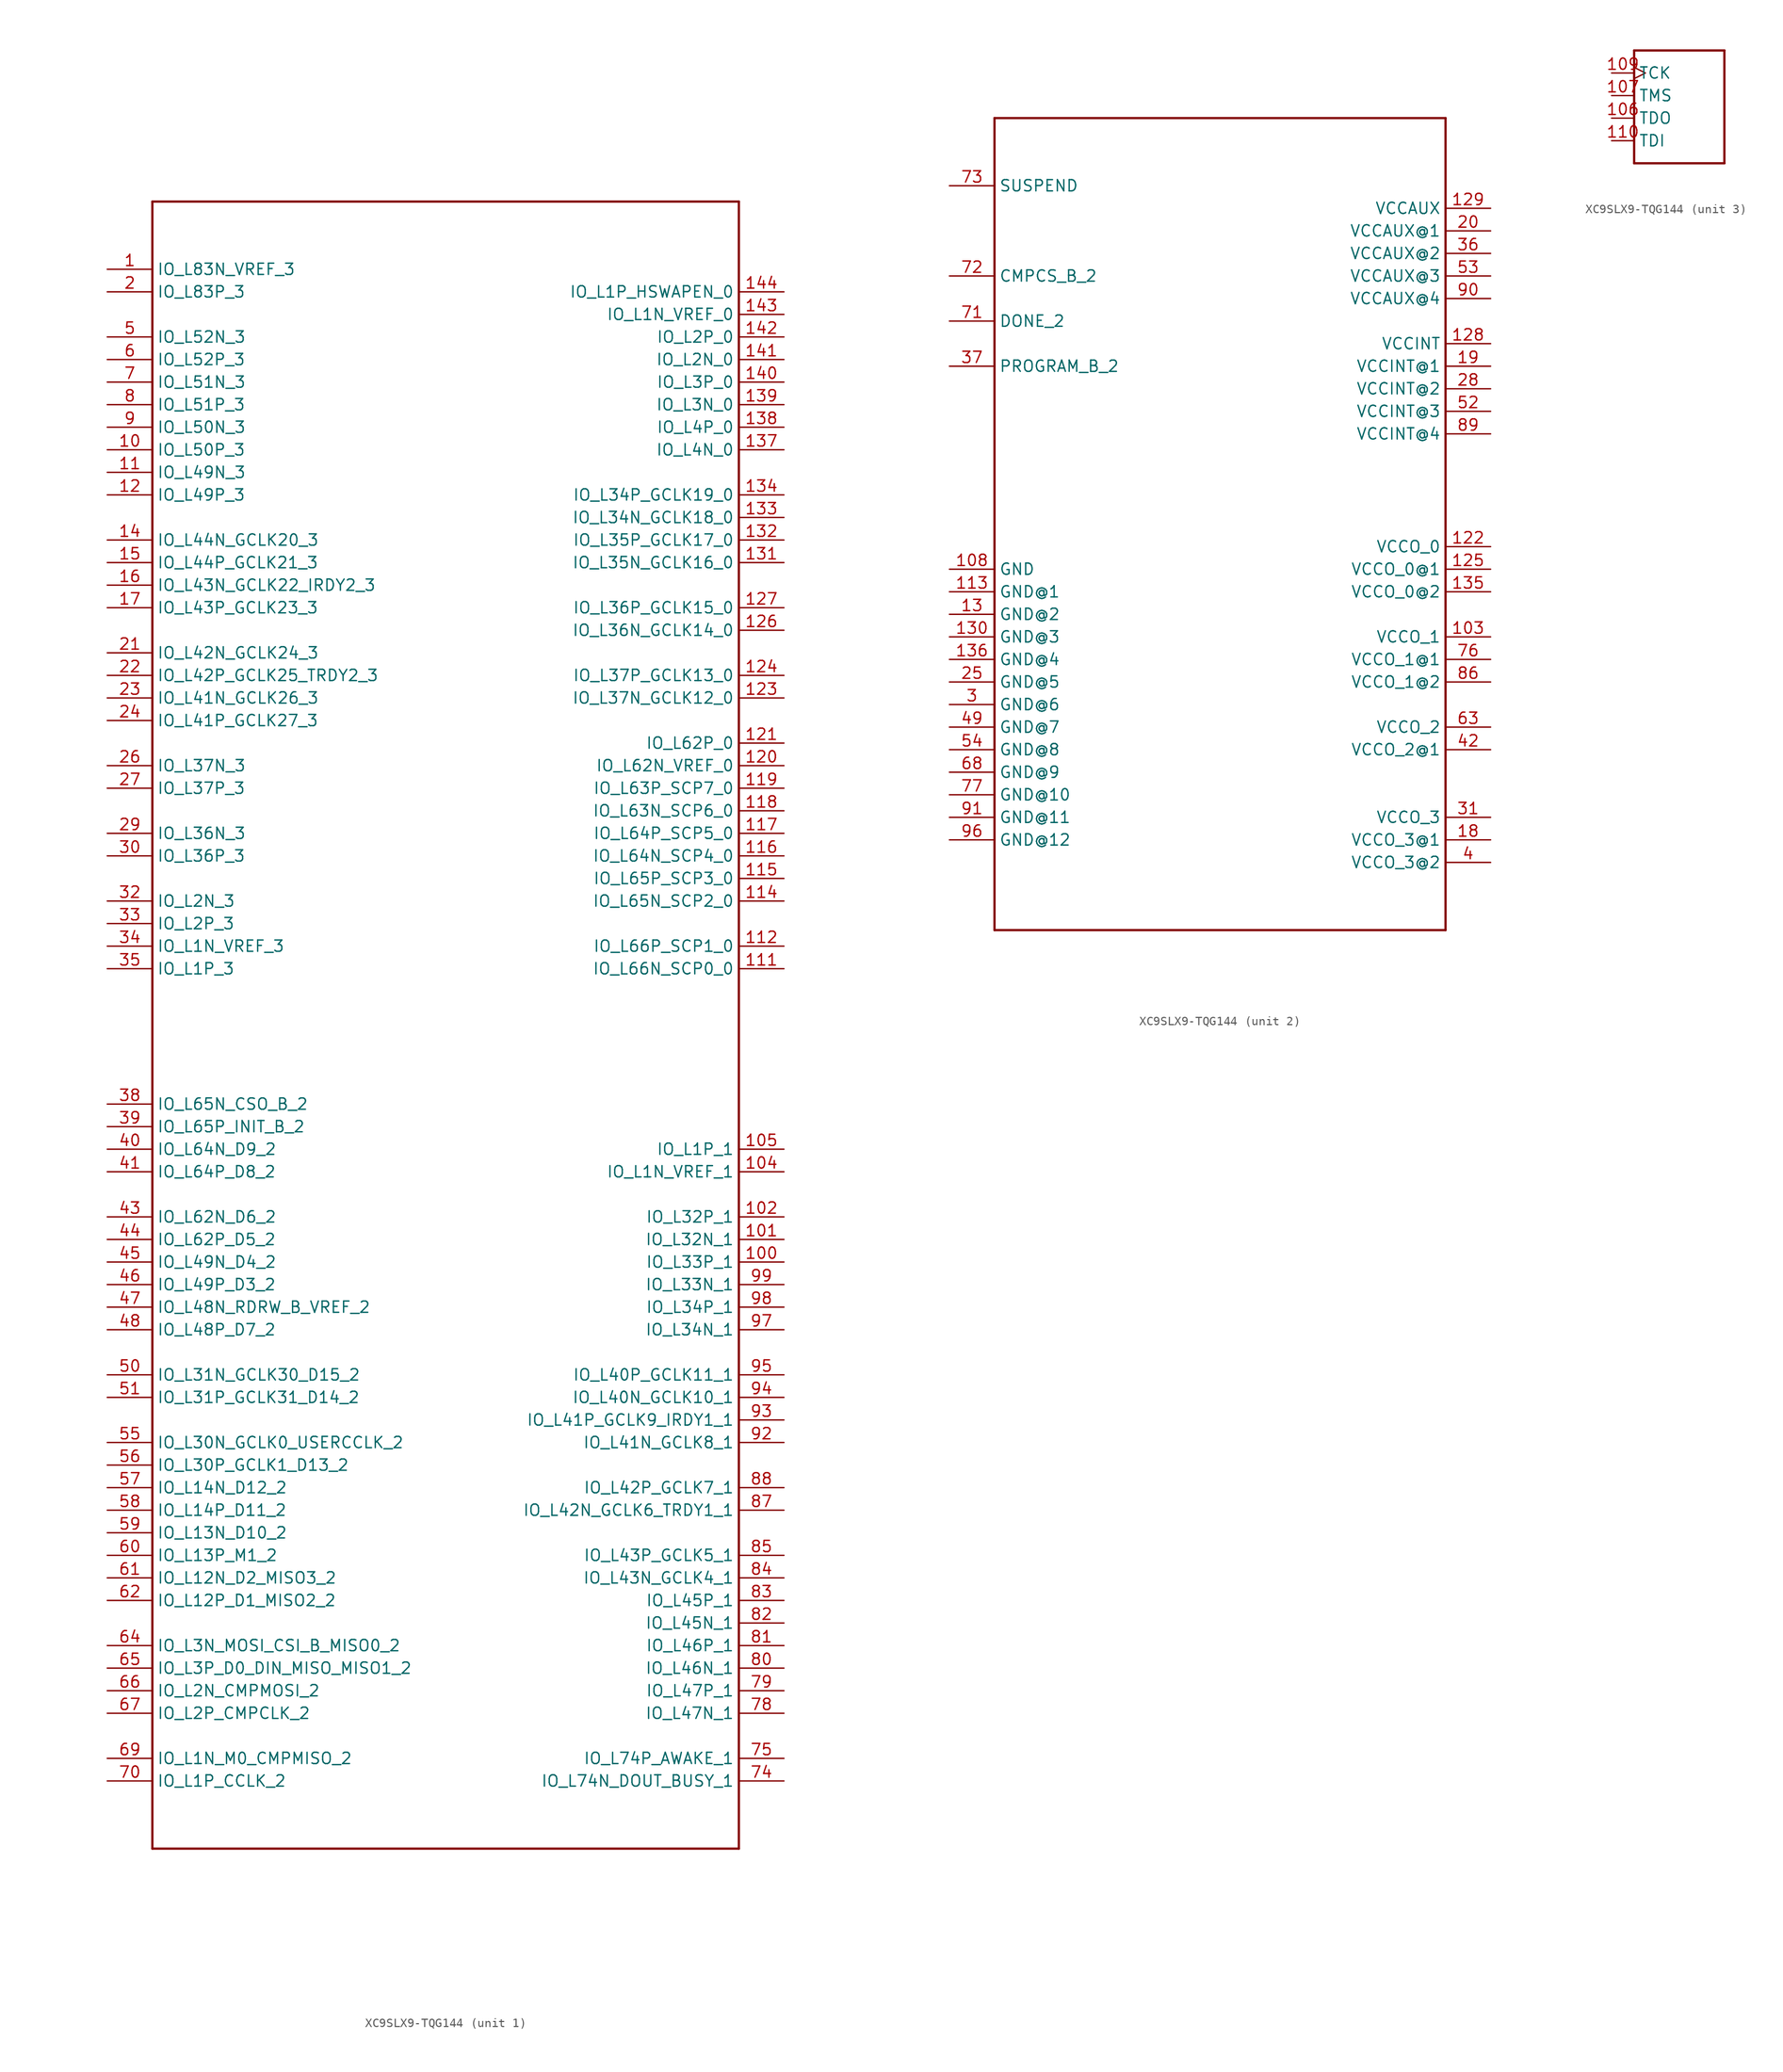
<source format=kicad_sym>
(kicad_symbol_lib
  (version 20231120)
  (generator "kicad_symbol_editor")
  (generator_version "8.0")
  (symbol "XC9SLX9-TQG144"
    (property "Reference" ""
      (at -5.08 8.89 0)
      (effects (font (size 1.778 1.511)) (justify left bottom) (hide yes)))
    (property "Value" ""
      (at -5.08 -7.62 0)
      (effects (font (size 1.778 1.511)) (justify left bottom)))
    (property "ki_locked" ""
      (at 0 0 0)
      (effects (font (size 1.27 1.27))))
    (symbol "XC9SLX9-TQG144_1_0"
      (polyline (pts (xy -30.48 -88.9) (xy -30.48 96.52)) (stroke (width 0.254) (type solid)) (fill (type none)))
      (polyline (pts (xy -30.48 96.52) (xy 35.56 96.52)) (stroke (width 0.254) (type solid)) (fill (type none)))
      (polyline (pts (xy 35.56 -88.9) (xy -30.48 -88.9)) (stroke (width 0.254) (type solid)) (fill (type none)))
      (polyline (pts (xy 35.56 96.52) (xy 35.56 -88.9)) (stroke (width 0.254) (type solid)) (fill (type none)))
      (pin bidirectional line (at -35.56 88.9 0) (length 5.08) (name "IO_L83N_VREF_3" (effects (font (size 1.27 1.27)))) (number "1" (effects (font (size 1.27 1.27)))))
      (pin bidirectional line (at -35.56 68.58 0) (length 5.08) (name "IO_L50P_3" (effects (font (size 1.27 1.27)))) (number "10" (effects (font (size 1.27 1.27)))))
      (pin bidirectional line (at 40.64 -22.86 180) (length 5.08) (name "IO_L33P_1" (effects (font (size 1.27 1.27)))) (number "100" (effects (font (size 1.27 1.27)))))
      (pin bidirectional line (at 40.64 -20.32 180) (length 5.08) (name "IO_L32N_1" (effects (font (size 1.27 1.27)))) (number "101" (effects (font (size 1.27 1.27)))))
      (pin bidirectional line (at 40.64 -17.78 180) (length 5.08) (name "IO_L32P_1" (effects (font (size 1.27 1.27)))) (number "102" (effects (font (size 1.27 1.27)))))
      (pin bidirectional line (at 40.64 -12.7 180) (length 5.08) (name "IO_L1N_VREF_1" (effects (font (size 1.27 1.27)))) (number "104" (effects (font (size 1.27 1.27)))))
      (pin bidirectional line (at 40.64 -10.16 180) (length 5.08) (name "IO_L1P_1" (effects (font (size 1.27 1.27)))) (number "105" (effects (font (size 1.27 1.27)))))
      (pin bidirectional line (at -35.56 66.04 0) (length 5.08) (name "IO_L49N_3" (effects (font (size 1.27 1.27)))) (number "11" (effects (font (size 1.27 1.27)))))
      (pin bidirectional line (at 40.64 10.16 180) (length 5.08) (name "IO_L66N_SCP0_0" (effects (font (size 1.27 1.27)))) (number "111" (effects (font (size 1.27 1.27)))))
      (pin bidirectional line (at 40.64 12.7 180) (length 5.08) (name "IO_L66P_SCP1_0" (effects (font (size 1.27 1.27)))) (number "112" (effects (font (size 1.27 1.27)))))
      (pin bidirectional line (at 40.64 17.78 180) (length 5.08) (name "IO_L65N_SCP2_0" (effects (font (size 1.27 1.27)))) (number "114" (effects (font (size 1.27 1.27)))))
      (pin bidirectional line (at 40.64 20.32 180) (length 5.08) (name "IO_L65P_SCP3_0" (effects (font (size 1.27 1.27)))) (number "115" (effects (font (size 1.27 1.27)))))
      (pin bidirectional line (at 40.64 22.86 180) (length 5.08) (name "IO_L64N_SCP4_0" (effects (font (size 1.27 1.27)))) (number "116" (effects (font (size 1.27 1.27)))))
      (pin bidirectional line (at 40.64 25.4 180) (length 5.08) (name "IO_L64P_SCP5_0" (effects (font (size 1.27 1.27)))) (number "117" (effects (font (size 1.27 1.27)))))
      (pin bidirectional line (at 40.64 27.94 180) (length 5.08) (name "IO_L63N_SCP6_0" (effects (font (size 1.27 1.27)))) (number "118" (effects (font (size 1.27 1.27)))))
      (pin bidirectional line (at 40.64 30.48 180) (length 5.08) (name "IO_L63P_SCP7_0" (effects (font (size 1.27 1.27)))) (number "119" (effects (font (size 1.27 1.27)))))
      (pin bidirectional line (at -35.56 63.5 0) (length 5.08) (name "IO_L49P_3" (effects (font (size 1.27 1.27)))) (number "12" (effects (font (size 1.27 1.27)))))
      (pin bidirectional line (at 40.64 33.02 180) (length 5.08) (name "IO_L62N_VREF_0" (effects (font (size 1.27 1.27)))) (number "120" (effects (font (size 1.27 1.27)))))
      (pin bidirectional line (at 40.64 35.56 180) (length 5.08) (name "IO_L62P_0" (effects (font (size 1.27 1.27)))) (number "121" (effects (font (size 1.27 1.27)))))
      (pin bidirectional line (at 40.64 40.64 180) (length 5.08) (name "IO_L37N_GCLK12_0" (effects (font (size 1.27 1.27)))) (number "123" (effects (font (size 1.27 1.27)))))
      (pin bidirectional line (at 40.64 43.18 180) (length 5.08) (name "IO_L37P_GCLK13_0" (effects (font (size 1.27 1.27)))) (number "124" (effects (font (size 1.27 1.27)))))
      (pin bidirectional line (at 40.64 48.26 180) (length 5.08) (name "IO_L36N_GCLK14_0" (effects (font (size 1.27 1.27)))) (number "126" (effects (font (size 1.27 1.27)))))
      (pin bidirectional line (at 40.64 50.8 180) (length 5.08) (name "IO_L36P_GCLK15_0" (effects (font (size 1.27 1.27)))) (number "127" (effects (font (size 1.27 1.27)))))
      (pin bidirectional line (at 40.64 55.88 180) (length 5.08) (name "IO_L35N_GCLK16_0" (effects (font (size 1.27 1.27)))) (number "131" (effects (font (size 1.27 1.27)))))
      (pin bidirectional line (at 40.64 58.42 180) (length 5.08) (name "IO_L35P_GCLK17_0" (effects (font (size 1.27 1.27)))) (number "132" (effects (font (size 1.27 1.27)))))
      (pin bidirectional line (at 40.64 60.96 180) (length 5.08) (name "IO_L34N_GCLK18_0" (effects (font (size 1.27 1.27)))) (number "133" (effects (font (size 1.27 1.27)))))
      (pin bidirectional line (at 40.64 63.5 180) (length 5.08) (name "IO_L34P_GCLK19_0" (effects (font (size 1.27 1.27)))) (number "134" (effects (font (size 1.27 1.27)))))
      (pin bidirectional line (at 40.64 68.58 180) (length 5.08) (name "IO_L4N_0" (effects (font (size 1.27 1.27)))) (number "137" (effects (font (size 1.27 1.27)))))
      (pin bidirectional line (at 40.64 71.12 180) (length 5.08) (name "IO_L4P_0" (effects (font (size 1.27 1.27)))) (number "138" (effects (font (size 1.27 1.27)))))
      (pin bidirectional line (at 40.64 73.66 180) (length 5.08) (name "IO_L3N_0" (effects (font (size 1.27 1.27)))) (number "139" (effects (font (size 1.27 1.27)))))
      (pin bidirectional line (at -35.56 58.42 0) (length 5.08) (name "IO_L44N_GCLK20_3" (effects (font (size 1.27 1.27)))) (number "14" (effects (font (size 1.27 1.27)))))
      (pin bidirectional line (at 40.64 76.2 180) (length 5.08) (name "IO_L3P_0" (effects (font (size 1.27 1.27)))) (number "140" (effects (font (size 1.27 1.27)))))
      (pin bidirectional line (at 40.64 78.74 180) (length 5.08) (name "IO_L2N_0" (effects (font (size 1.27 1.27)))) (number "141" (effects (font (size 1.27 1.27)))))
      (pin bidirectional line (at 40.64 81.28 180) (length 5.08) (name "IO_L2P_0" (effects (font (size 1.27 1.27)))) (number "142" (effects (font (size 1.27 1.27)))))
      (pin bidirectional line (at 40.64 83.82 180) (length 5.08) (name "IO_L1N_VREF_0" (effects (font (size 1.27 1.27)))) (number "143" (effects (font (size 1.27 1.27)))))
      (pin bidirectional line (at 40.64 86.36 180) (length 5.08) (name "IO_L1P_HSWAPEN_0" (effects (font (size 1.27 1.27)))) (number "144" (effects (font (size 1.27 1.27)))))
      (pin bidirectional line (at -35.56 55.88 0) (length 5.08) (name "IO_L44P_GCLK21_3" (effects (font (size 1.27 1.27)))) (number "15" (effects (font (size 1.27 1.27)))))
      (pin bidirectional line (at -35.56 53.34 0) (length 5.08) (name "IO_L43N_GCLK22_IRDY2_3" (effects (font (size 1.27 1.27)))) (number "16" (effects (font (size 1.27 1.27)))))
      (pin bidirectional line (at -35.56 50.8 0) (length 5.08) (name "IO_L43P_GCLK23_3" (effects (font (size 1.27 1.27)))) (number "17" (effects (font (size 1.27 1.27)))))
      (pin bidirectional line (at -35.56 86.36 0) (length 5.08) (name "IO_L83P_3" (effects (font (size 1.27 1.27)))) (number "2" (effects (font (size 1.27 1.27)))))
      (pin bidirectional line (at -35.56 45.72 0) (length 5.08) (name "IO_L42N_GCLK24_3" (effects (font (size 1.27 1.27)))) (number "21" (effects (font (size 1.27 1.27)))))
      (pin bidirectional line (at -35.56 43.18 0) (length 5.08) (name "IO_L42P_GCLK25_TRDY2_3" (effects (font (size 1.27 1.27)))) (number "22" (effects (font (size 1.27 1.27)))))
      (pin bidirectional line (at -35.56 40.64 0) (length 5.08) (name "IO_L41N_GCLK26_3" (effects (font (size 1.27 1.27)))) (number "23" (effects (font (size 1.27 1.27)))))
      (pin bidirectional line (at -35.56 38.1 0) (length 5.08) (name "IO_L41P_GCLK27_3" (effects (font (size 1.27 1.27)))) (number "24" (effects (font (size 1.27 1.27)))))
      (pin bidirectional line (at -35.56 33.02 0) (length 5.08) (name "IO_L37N_3" (effects (font (size 1.27 1.27)))) (number "26" (effects (font (size 1.27 1.27)))))
      (pin bidirectional line (at -35.56 30.48 0) (length 5.08) (name "IO_L37P_3" (effects (font (size 1.27 1.27)))) (number "27" (effects (font (size 1.27 1.27)))))
      (pin bidirectional line (at -35.56 25.4 0) (length 5.08) (name "IO_L36N_3" (effects (font (size 1.27 1.27)))) (number "29" (effects (font (size 1.27 1.27)))))
      (pin bidirectional line (at -35.56 22.86 0) (length 5.08) (name "IO_L36P_3" (effects (font (size 1.27 1.27)))) (number "30" (effects (font (size 1.27 1.27)))))
      (pin bidirectional line (at -35.56 17.78 0) (length 5.08) (name "IO_L2N_3" (effects (font (size 1.27 1.27)))) (number "32" (effects (font (size 1.27 1.27)))))
      (pin bidirectional line (at -35.56 15.24 0) (length 5.08) (name "IO_L2P_3" (effects (font (size 1.27 1.27)))) (number "33" (effects (font (size 1.27 1.27)))))
      (pin bidirectional line (at -35.56 12.7 0) (length 5.08) (name "IO_L1N_VREF_3" (effects (font (size 1.27 1.27)))) (number "34" (effects (font (size 1.27 1.27)))))
      (pin bidirectional line (at -35.56 10.16 0) (length 5.08) (name "IO_L1P_3" (effects (font (size 1.27 1.27)))) (number "35" (effects (font (size 1.27 1.27)))))
      (pin bidirectional line (at -35.56 -5.08 0) (length 5.08) (name "IO_L65N_CSO_B_2" (effects (font (size 1.27 1.27)))) (number "38" (effects (font (size 1.27 1.27)))))
      (pin bidirectional line (at -35.56 -7.62 0) (length 5.08) (name "IO_L65P_INIT_B_2" (effects (font (size 1.27 1.27)))) (number "39" (effects (font (size 1.27 1.27)))))
      (pin bidirectional line (at -35.56 -10.16 0) (length 5.08) (name "IO_L64N_D9_2" (effects (font (size 1.27 1.27)))) (number "40" (effects (font (size 1.27 1.27)))))
      (pin bidirectional line (at -35.56 -12.7 0) (length 5.08) (name "IO_L64P_D8_2" (effects (font (size 1.27 1.27)))) (number "41" (effects (font (size 1.27 1.27)))))
      (pin bidirectional line (at -35.56 -17.78 0) (length 5.08) (name "IO_L62N_D6_2" (effects (font (size 1.27 1.27)))) (number "43" (effects (font (size 1.27 1.27)))))
      (pin bidirectional line (at -35.56 -20.32 0) (length 5.08) (name "IO_L62P_D5_2" (effects (font (size 1.27 1.27)))) (number "44" (effects (font (size 1.27 1.27)))))
      (pin bidirectional line (at -35.56 -22.86 0) (length 5.08) (name "IO_L49N_D4_2" (effects (font (size 1.27 1.27)))) (number "45" (effects (font (size 1.27 1.27)))))
      (pin bidirectional line (at -35.56 -25.4 0) (length 5.08) (name "IO_L49P_D3_2" (effects (font (size 1.27 1.27)))) (number "46" (effects (font (size 1.27 1.27)))))
      (pin bidirectional line (at -35.56 -27.94 0) (length 5.08) (name "IO_L48N_RDRW_B_VREF_2" (effects (font (size 1.27 1.27)))) (number "47" (effects (font (size 1.27 1.27)))))
      (pin bidirectional line (at -35.56 -30.48 0) (length 5.08) (name "IO_L48P_D7_2" (effects (font (size 1.27 1.27)))) (number "48" (effects (font (size 1.27 1.27)))))
      (pin bidirectional line (at -35.56 81.28 0) (length 5.08) (name "IO_L52N_3" (effects (font (size 1.27 1.27)))) (number "5" (effects (font (size 1.27 1.27)))))
      (pin bidirectional line (at -35.56 -35.56 0) (length 5.08) (name "IO_L31N_GCLK30_D15_2" (effects (font (size 1.27 1.27)))) (number "50" (effects (font (size 1.27 1.27)))))
      (pin bidirectional line (at -35.56 -38.1 0) (length 5.08) (name "IO_L31P_GCLK31_D14_2" (effects (font (size 1.27 1.27)))) (number "51" (effects (font (size 1.27 1.27)))))
      (pin bidirectional line (at -35.56 -43.18 0) (length 5.08) (name "IO_L30N_GCLK0_USERCCLK_2" (effects (font (size 1.27 1.27)))) (number "55" (effects (font (size 1.27 1.27)))))
      (pin bidirectional line (at -35.56 -45.72 0) (length 5.08) (name "IO_L30P_GCLK1_D13_2" (effects (font (size 1.27 1.27)))) (number "56" (effects (font (size 1.27 1.27)))))
      (pin bidirectional line (at -35.56 -48.26 0) (length 5.08) (name "IO_L14N_D12_2" (effects (font (size 1.27 1.27)))) (number "57" (effects (font (size 1.27 1.27)))))
      (pin bidirectional line (at -35.56 -50.8 0) (length 5.08) (name "IO_L14P_D11_2" (effects (font (size 1.27 1.27)))) (number "58" (effects (font (size 1.27 1.27)))))
      (pin bidirectional line (at -35.56 -53.34 0) (length 5.08) (name "IO_L13N_D10_2" (effects (font (size 1.27 1.27)))) (number "59" (effects (font (size 1.27 1.27)))))
      (pin bidirectional line (at -35.56 78.74 0) (length 5.08) (name "IO_L52P_3" (effects (font (size 1.27 1.27)))) (number "6" (effects (font (size 1.27 1.27)))))
      (pin bidirectional line (at -35.56 -55.88 0) (length 5.08) (name "IO_L13P_M1_2" (effects (font (size 1.27 1.27)))) (number "60" (effects (font (size 1.27 1.27)))))
      (pin bidirectional line (at -35.56 -58.42 0) (length 5.08) (name "IO_L12N_D2_MISO3_2" (effects (font (size 1.27 1.27)))) (number "61" (effects (font (size 1.27 1.27)))))
      (pin bidirectional line (at -35.56 -60.96 0) (length 5.08) (name "IO_L12P_D1_MISO2_2" (effects (font (size 1.27 1.27)))) (number "62" (effects (font (size 1.27 1.27)))))
      (pin bidirectional line (at -35.56 -66.04 0) (length 5.08) (name "IO_L3N_MOSI_CSI_B_MISO0_2" (effects (font (size 1.27 1.27)))) (number "64" (effects (font (size 1.27 1.27)))))
      (pin bidirectional line (at -35.56 -68.58 0) (length 5.08) (name "IO_L3P_D0_DIN_MISO_MISO1_2" (effects (font (size 1.27 1.27)))) (number "65" (effects (font (size 1.27 1.27)))))
      (pin bidirectional line (at -35.56 -71.12 0) (length 5.08) (name "IO_L2N_CMPMOSI_2" (effects (font (size 1.27 1.27)))) (number "66" (effects (font (size 1.27 1.27)))))
      (pin bidirectional line (at -35.56 -73.66 0) (length 5.08) (name "IO_L2P_CMPCLK_2" (effects (font (size 1.27 1.27)))) (number "67" (effects (font (size 1.27 1.27)))))
      (pin bidirectional line (at -35.56 -78.74 0) (length 5.08) (name "IO_L1N_M0_CMPMISO_2" (effects (font (size 1.27 1.27)))) (number "69" (effects (font (size 1.27 1.27)))))
      (pin bidirectional line (at -35.56 76.2 0) (length 5.08) (name "IO_L51N_3" (effects (font (size 1.27 1.27)))) (number "7" (effects (font (size 1.27 1.27)))))
      (pin bidirectional line (at -35.56 -81.28 0) (length 5.08) (name "IO_L1P_CCLK_2" (effects (font (size 1.27 1.27)))) (number "70" (effects (font (size 1.27 1.27)))))
      (pin bidirectional line (at 40.64 -81.28 180) (length 5.08) (name "IO_L74N_DOUT_BUSY_1" (effects (font (size 1.27 1.27)))) (number "74" (effects (font (size 1.27 1.27)))))
      (pin bidirectional line (at 40.64 -78.74 180) (length 5.08) (name "IO_L74P_AWAKE_1" (effects (font (size 1.27 1.27)))) (number "75" (effects (font (size 1.27 1.27)))))
      (pin bidirectional line (at 40.64 -73.66 180) (length 5.08) (name "IO_L47N_1" (effects (font (size 1.27 1.27)))) (number "78" (effects (font (size 1.27 1.27)))))
      (pin bidirectional line (at 40.64 -71.12 180) (length 5.08) (name "IO_L47P_1" (effects (font (size 1.27 1.27)))) (number "79" (effects (font (size 1.27 1.27)))))
      (pin bidirectional line (at -35.56 73.66 0) (length 5.08) (name "IO_L51P_3" (effects (font (size 1.27 1.27)))) (number "8" (effects (font (size 1.27 1.27)))))
      (pin bidirectional line (at 40.64 -68.58 180) (length 5.08) (name "IO_L46N_1" (effects (font (size 1.27 1.27)))) (number "80" (effects (font (size 1.27 1.27)))))
      (pin bidirectional line (at 40.64 -66.04 180) (length 5.08) (name "IO_L46P_1" (effects (font (size 1.27 1.27)))) (number "81" (effects (font (size 1.27 1.27)))))
      (pin bidirectional line (at 40.64 -63.5 180) (length 5.08) (name "IO_L45N_1" (effects (font (size 1.27 1.27)))) (number "82" (effects (font (size 1.27 1.27)))))
      (pin bidirectional line (at 40.64 -60.96 180) (length 5.08) (name "IO_L45P_1" (effects (font (size 1.27 1.27)))) (number "83" (effects (font (size 1.27 1.27)))))
      (pin bidirectional line (at 40.64 -58.42 180) (length 5.08) (name "IO_L43N_GCLK4_1" (effects (font (size 1.27 1.27)))) (number "84" (effects (font (size 1.27 1.27)))))
      (pin bidirectional line (at 40.64 -55.88 180) (length 5.08) (name "IO_L43P_GCLK5_1" (effects (font (size 1.27 1.27)))) (number "85" (effects (font (size 1.27 1.27)))))
      (pin bidirectional line (at 40.64 -50.8 180) (length 5.08) (name "IO_L42N_GCLK6_TRDY1_1" (effects (font (size 1.27 1.27)))) (number "87" (effects (font (size 1.27 1.27)))))
      (pin bidirectional line (at 40.64 -48.26 180) (length 5.08) (name "IO_L42P_GCLK7_1" (effects (font (size 1.27 1.27)))) (number "88" (effects (font (size 1.27 1.27)))))
      (pin bidirectional line (at -35.56 71.12 0) (length 5.08) (name "IO_L50N_3" (effects (font (size 1.27 1.27)))) (number "9" (effects (font (size 1.27 1.27)))))
      (pin bidirectional line (at 40.64 -43.18 180) (length 5.08) (name "IO_L41N_GCLK8_1" (effects (font (size 1.27 1.27)))) (number "92" (effects (font (size 1.27 1.27)))))
      (pin bidirectional line (at 40.64 -40.64 180) (length 5.08) (name "IO_L41P_GCLK9_IRDY1_1" (effects (font (size 1.27 1.27)))) (number "93" (effects (font (size 1.27 1.27)))))
      (pin bidirectional line (at 40.64 -38.1 180) (length 5.08) (name "IO_L40N_GCLK10_1" (effects (font (size 1.27 1.27)))) (number "94" (effects (font (size 1.27 1.27)))))
      (pin bidirectional line (at 40.64 -35.56 180) (length 5.08) (name "IO_L40P_GCLK11_1" (effects (font (size 1.27 1.27)))) (number "95" (effects (font (size 1.27 1.27)))))
      (pin bidirectional line (at 40.64 -30.48 180) (length 5.08) (name "IO_L34N_1" (effects (font (size 1.27 1.27)))) (number "97" (effects (font (size 1.27 1.27)))))
      (pin bidirectional line (at 40.64 -27.94 180) (length 5.08) (name "IO_L34P_1" (effects (font (size 1.27 1.27)))) (number "98" (effects (font (size 1.27 1.27)))))
      (pin bidirectional line (at 40.64 -25.4 180) (length 5.08) (name "IO_L33N_1" (effects (font (size 1.27 1.27)))) (number "99" (effects (font (size 1.27 1.27))))))
    (symbol "XC9SLX9-TQG144_2_0"
      (polyline (pts (xy -22.86 -45.72) (xy -22.86 45.72)) (stroke (width 0.254) (type solid)) (fill (type none)))
      (polyline (pts (xy -22.86 45.72) (xy 27.94 45.72)) (stroke (width 0.254) (type solid)) (fill (type none)))
      (polyline (pts (xy 27.94 -45.72) (xy -22.86 -45.72)) (stroke (width 0.254) (type solid)) (fill (type none)))
      (polyline (pts (xy 27.94 45.72) (xy 27.94 -45.72)) (stroke (width 0.254) (type solid)) (fill (type none)))
      (pin bidirectional line (at 33.02 -12.7 180) (length 5.08) (name "VCCO_1" (effects (font (size 1.27 1.27)))) (number "103" (effects (font (size 1.27 1.27)))))
      (pin bidirectional line (at -27.94 -5.08 0) (length 5.08) (name "GND" (effects (font (size 1.27 1.27)))) (number "108" (effects (font (size 1.27 1.27)))))
      (pin bidirectional line (at -27.94 -7.62 0) (length 5.08) (name "GND@1" (effects (font (size 1.27 1.27)))) (number "113" (effects (font (size 1.27 1.27)))))
      (pin bidirectional line (at 33.02 -2.54 180) (length 5.08) (name "VCCO_0" (effects (font (size 1.27 1.27)))) (number "122" (effects (font (size 1.27 1.27)))))
      (pin bidirectional line (at 33.02 -5.08 180) (length 5.08) (name "VCCO_0@1" (effects (font (size 1.27 1.27)))) (number "125" (effects (font (size 1.27 1.27)))))
      (pin bidirectional line (at 33.02 20.32 180) (length 5.08) (name "VCCINT" (effects (font (size 1.27 1.27)))) (number "128" (effects (font (size 1.27 1.27)))))
      (pin bidirectional line (at 33.02 35.56 180) (length 5.08) (name "VCCAUX" (effects (font (size 1.27 1.27)))) (number "129" (effects (font (size 1.27 1.27)))))
      (pin bidirectional line (at -27.94 -10.16 0) (length 5.08) (name "GND@2" (effects (font (size 1.27 1.27)))) (number "13" (effects (font (size 1.27 1.27)))))
      (pin bidirectional line (at -27.94 -12.7 0) (length 5.08) (name "GND@3" (effects (font (size 1.27 1.27)))) (number "130" (effects (font (size 1.27 1.27)))))
      (pin bidirectional line (at 33.02 -7.62 180) (length 5.08) (name "VCCO_0@2" (effects (font (size 1.27 1.27)))) (number "135" (effects (font (size 1.27 1.27)))))
      (pin bidirectional line (at -27.94 -15.24 0) (length 5.08) (name "GND@4" (effects (font (size 1.27 1.27)))) (number "136" (effects (font (size 1.27 1.27)))))
      (pin bidirectional line (at 33.02 -35.56 180) (length 5.08) (name "VCCO_3@1" (effects (font (size 1.27 1.27)))) (number "18" (effects (font (size 1.27 1.27)))))
      (pin bidirectional line (at 33.02 17.78 180) (length 5.08) (name "VCCINT@1" (effects (font (size 1.27 1.27)))) (number "19" (effects (font (size 1.27 1.27)))))
      (pin bidirectional line (at 33.02 33.02 180) (length 5.08) (name "VCCAUX@1" (effects (font (size 1.27 1.27)))) (number "20" (effects (font (size 1.27 1.27)))))
      (pin bidirectional line (at -27.94 -17.78 0) (length 5.08) (name "GND@5" (effects (font (size 1.27 1.27)))) (number "25" (effects (font (size 1.27 1.27)))))
      (pin bidirectional line (at 33.02 15.24 180) (length 5.08) (name "VCCINT@2" (effects (font (size 1.27 1.27)))) (number "28" (effects (font (size 1.27 1.27)))))
      (pin bidirectional line (at -27.94 -20.32 0) (length 5.08) (name "GND@6" (effects (font (size 1.27 1.27)))) (number "3" (effects (font (size 1.27 1.27)))))
      (pin bidirectional line (at 33.02 -33.02 180) (length 5.08) (name "VCCO_3" (effects (font (size 1.27 1.27)))) (number "31" (effects (font (size 1.27 1.27)))))
      (pin bidirectional line (at 33.02 30.48 180) (length 5.08) (name "VCCAUX@2" (effects (font (size 1.27 1.27)))) (number "36" (effects (font (size 1.27 1.27)))))
      (pin bidirectional line (at -27.94 17.78 0) (length 5.08) (name "PROGRAM_B_2" (effects (font (size 1.27 1.27)))) (number "37" (effects (font (size 1.27 1.27)))))
      (pin bidirectional line (at 33.02 -38.1 180) (length 5.08) (name "VCCO_3@2" (effects (font (size 1.27 1.27)))) (number "4" (effects (font (size 1.27 1.27)))))
      (pin bidirectional line (at 33.02 -25.4 180) (length 5.08) (name "VCCO_2@1" (effects (font (size 1.27 1.27)))) (number "42" (effects (font (size 1.27 1.27)))))
      (pin bidirectional line (at -27.94 -22.86 0) (length 5.08) (name "GND@7" (effects (font (size 1.27 1.27)))) (number "49" (effects (font (size 1.27 1.27)))))
      (pin bidirectional line (at 33.02 12.7 180) (length 5.08) (name "VCCINT@3" (effects (font (size 1.27 1.27)))) (number "52" (effects (font (size 1.27 1.27)))))
      (pin bidirectional line (at 33.02 27.94 180) (length 5.08) (name "VCCAUX@3" (effects (font (size 1.27 1.27)))) (number "53" (effects (font (size 1.27 1.27)))))
      (pin bidirectional line (at -27.94 -25.4 0) (length 5.08) (name "GND@8" (effects (font (size 1.27 1.27)))) (number "54" (effects (font (size 1.27 1.27)))))
      (pin bidirectional line (at 33.02 -22.86 180) (length 5.08) (name "VCCO_2" (effects (font (size 1.27 1.27)))) (number "63" (effects (font (size 1.27 1.27)))))
      (pin bidirectional line (at -27.94 -27.94 0) (length 5.08) (name "GND@9" (effects (font (size 1.27 1.27)))) (number "68" (effects (font (size 1.27 1.27)))))
      (pin bidirectional line (at -27.94 22.86 0) (length 5.08) (name "DONE_2" (effects (font (size 1.27 1.27)))) (number "71" (effects (font (size 1.27 1.27)))))
      (pin bidirectional line (at -27.94 27.94 0) (length 5.08) (name "CMPCS_B_2" (effects (font (size 1.27 1.27)))) (number "72" (effects (font (size 1.27 1.27)))))
      (pin bidirectional line (at -27.94 38.1 0) (length 5.08) (name "SUSPEND" (effects (font (size 1.27 1.27)))) (number "73" (effects (font (size 1.27 1.27)))))
      (pin bidirectional line (at 33.02 -15.24 180) (length 5.08) (name "VCCO_1@1" (effects (font (size 1.27 1.27)))) (number "76" (effects (font (size 1.27 1.27)))))
      (pin bidirectional line (at -27.94 -30.48 0) (length 5.08) (name "GND@10" (effects (font (size 1.27 1.27)))) (number "77" (effects (font (size 1.27 1.27)))))
      (pin bidirectional line (at 33.02 -17.78 180) (length 5.08) (name "VCCO_1@2" (effects (font (size 1.27 1.27)))) (number "86" (effects (font (size 1.27 1.27)))))
      (pin bidirectional line (at 33.02 10.16 180) (length 5.08) (name "VCCINT@4" (effects (font (size 1.27 1.27)))) (number "89" (effects (font (size 1.27 1.27)))))
      (pin bidirectional line (at 33.02 25.4 180) (length 5.08) (name "VCCAUX@4" (effects (font (size 1.27 1.27)))) (number "90" (effects (font (size 1.27 1.27)))))
      (pin bidirectional line (at -27.94 -33.02 0) (length 5.08) (name "GND@11" (effects (font (size 1.27 1.27)))) (number "91" (effects (font (size 1.27 1.27)))))
      (pin bidirectional line (at -27.94 -35.56 0) (length 5.08) (name "GND@12" (effects (font (size 1.27 1.27)))) (number "96" (effects (font (size 1.27 1.27))))))
    (symbol "XC9SLX9-TQG144_3_0"
      (polyline (pts (xy -5.08 -5.08) (xy 5.08 -5.08)) (stroke (width 0.254) (type solid)) (fill (type none)))
      (polyline (pts (xy -5.08 7.62) (xy -5.08 -5.08)) (stroke (width 0.254) (type solid)) (fill (type none)))
      (polyline (pts (xy 5.08 -5.08) (xy 5.08 7.62)) (stroke (width 0.254) (type solid)) (fill (type none)))
      (polyline (pts (xy 5.08 7.62) (xy -5.08 7.62)) (stroke (width 0.254) (type solid)) (fill (type none)))
      (pin output line (at -7.62 0 0) (length 2.54) (name "TDO" (effects (font (size 1.27 1.27)))) (number "106" (effects (font (size 1.27 1.27)))))
      (pin input line (at -7.62 2.54 0) (length 2.54) (name "TMS" (effects (font (size 1.27 1.27)))) (number "107" (effects (font (size 1.27 1.27)))))
      (pin input clock (at -7.62 5.08 0) (length 2.54) (name "TCK" (effects (font (size 1.27 1.27)))) (number "109" (effects (font (size 1.27 1.27)))))
      (pin input line (at -7.62 -2.54 0) (length 2.54) (name "TDI" (effects (font (size 1.27 1.27)))) (number "110" (effects (font (size 1.27 1.27))))))))
</source>
